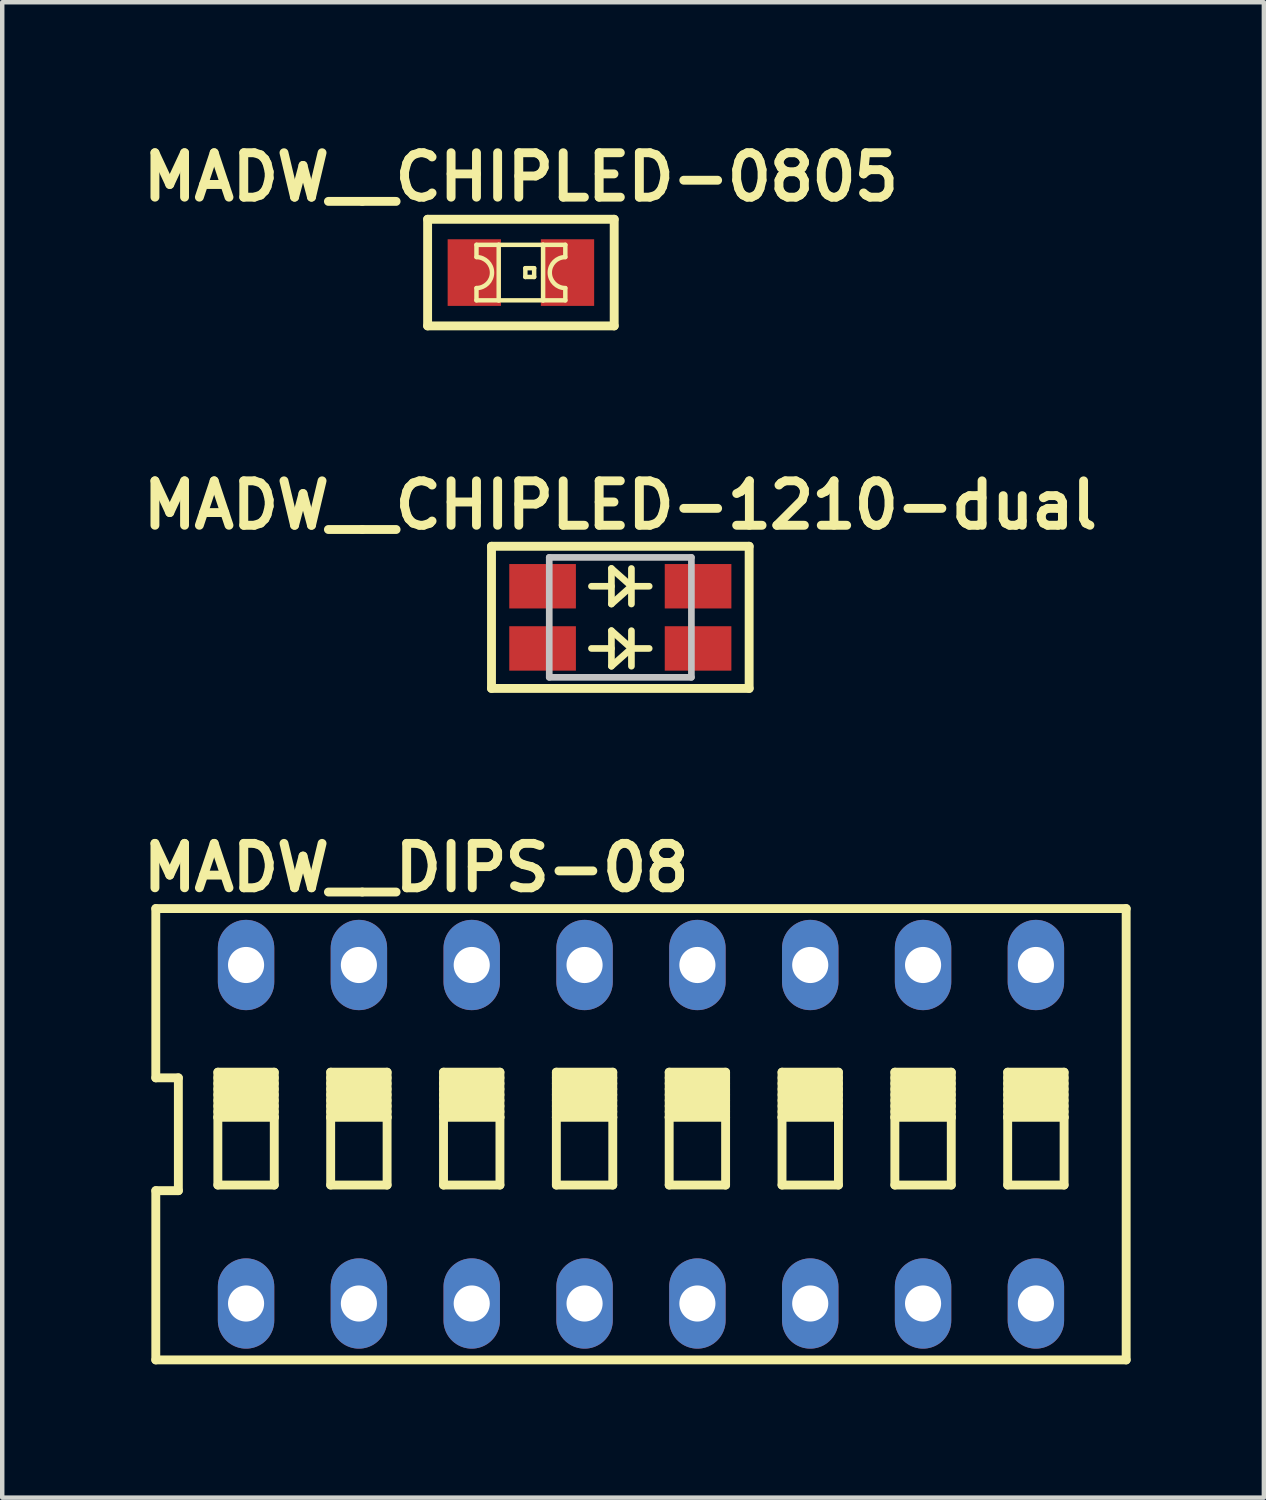
<source format=kicad_pcb>
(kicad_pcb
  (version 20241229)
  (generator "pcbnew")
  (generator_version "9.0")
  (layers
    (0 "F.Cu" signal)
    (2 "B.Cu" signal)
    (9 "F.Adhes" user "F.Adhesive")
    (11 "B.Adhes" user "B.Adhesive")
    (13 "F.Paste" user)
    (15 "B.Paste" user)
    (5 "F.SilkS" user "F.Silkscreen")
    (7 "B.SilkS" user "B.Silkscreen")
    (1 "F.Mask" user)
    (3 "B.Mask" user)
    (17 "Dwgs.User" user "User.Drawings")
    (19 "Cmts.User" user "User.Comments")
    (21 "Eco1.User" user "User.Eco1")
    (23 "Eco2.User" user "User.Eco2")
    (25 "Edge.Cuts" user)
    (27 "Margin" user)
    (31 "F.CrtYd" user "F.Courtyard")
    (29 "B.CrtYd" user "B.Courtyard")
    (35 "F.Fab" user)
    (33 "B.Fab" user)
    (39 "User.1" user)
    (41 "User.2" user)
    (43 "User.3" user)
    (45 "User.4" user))
  (footprint "MADW__DIPS-08"
    (layer "F.Cu")
    (at 11.379 22.483)
    (property "Reference" "MADW__DIPS-08" (at -5.06 -6 0) (layer "F.SilkS") (effects (font (size 1 1) (thickness 0.2))))
    (attr through_hole)
    (fp_line (start -10.922 -5.08) (end -10.922 -1.27) (stroke (width 0.2) (type solid)) (layer "F.SilkS"))
    (fp_line (start -10.922 -5.08) (end 10.922 -5.08) (stroke (width 0.2) (type solid)) (layer "F.SilkS"))
    (fp_line (start -10.922 -1.27) (end -10.414 -1.27) (stroke (width 0.2) (type solid)) (layer "F.SilkS"))
    (fp_line (start -10.922 1.27) (end -10.922 5.08) (stroke (width 0.2) (type solid)) (layer "F.SilkS"))
    (fp_line (start -10.414 -1.27) (end -10.414 1.27) (stroke (width 0.2) (type solid)) (layer "F.SilkS"))
    (fp_line (start -10.414 1.27) (end -10.922 1.27) (stroke (width 0.2) (type solid)) (layer "F.SilkS"))
    (fp_line (start -9.525 -1.397) (end -9.525 -0.381) (stroke (width 0.2) (type solid)) (layer "F.SilkS"))
    (fp_line (start -9.525 -1.397) (end -8.255 -1.397) (stroke (width 0.2) (type solid)) (layer "F.SilkS"))
    (fp_line (start -9.525 -1.27) (end -8.255 -1.27) (stroke (width 0.2) (type solid)) (layer "F.SilkS"))
    (fp_line (start -9.525 -1.143) (end -8.255 -1.143) (stroke (width 0.2) (type solid)) (layer "F.SilkS"))
    (fp_line (start -9.525 -1.016) (end -8.255 -1.016) (stroke (width 0.2) (type solid)) (layer "F.SilkS"))
    (fp_line (start -9.525 -0.889) (end -8.255 -0.889) (stroke (width 0.2) (type solid)) (layer "F.SilkS"))
    (fp_line (start -9.525 -0.762) (end -8.255 -0.762) (stroke (width 0.2) (type solid)) (layer "F.SilkS"))
    (fp_line (start -9.525 -0.635) (end -8.255 -0.635) (stroke (width 0.2) (type solid)) (layer "F.SilkS"))
    (fp_line (start -9.525 -0.508) (end -8.255 -0.508) (stroke (width 0.2) (type solid)) (layer "F.SilkS"))
    (fp_line (start -9.525 -0.381) (end -9.525 1.143) (stroke (width 0.2) (type solid)) (layer "F.SilkS"))
    (fp_line (start -9.525 -0.381) (end -8.255 -0.381) (stroke (width 0.2) (type solid)) (layer "F.SilkS"))
    (fp_line (start -9.525 1.143) (end -8.255 1.143) (stroke (width 0.2) (type solid)) (layer "F.SilkS"))
    (fp_line (start -8.255 -0.381) (end -8.255 -1.397) (stroke (width 0.2) (type solid)) (layer "F.SilkS"))
    (fp_line (start -8.255 1.143) (end -8.255 -0.381) (stroke (width 0.2) (type solid)) (layer "F.SilkS"))
    (fp_line (start -6.985 -1.397) (end -6.985 -0.381) (stroke (width 0.2) (type solid)) (layer "F.SilkS"))
    (fp_line (start -6.985 -1.397) (end -5.715 -1.397) (stroke (width 0.2) (type solid)) (layer "F.SilkS"))
    (fp_line (start -6.985 -1.27) (end -5.715 -1.27) (stroke (width 0.2) (type solid)) (layer "F.SilkS"))
    (fp_line (start -6.985 -1.143) (end -5.715 -1.143) (stroke (width 0.2) (type solid)) (layer "F.SilkS"))
    (fp_line (start -6.985 -1.016) (end -5.715 -1.016) (stroke (width 0.2) (type solid)) (layer "F.SilkS"))
    (fp_line (start -6.985 -0.889) (end -5.715 -0.889) (stroke (width 0.2) (type solid)) (layer "F.SilkS"))
    (fp_line (start -6.985 -0.762) (end -5.715 -0.762) (stroke (width 0.2) (type solid)) (layer "F.SilkS"))
    (fp_line (start -6.985 -0.635) (end -5.715 -0.635) (stroke (width 0.2) (type solid)) (layer "F.SilkS"))
    (fp_line (start -6.985 -0.508) (end -5.715 -0.508) (stroke (width 0.2) (type solid)) (layer "F.SilkS"))
    (fp_line (start -6.985 -0.381) (end -6.985 1.143) (stroke (width 0.2) (type solid)) (layer "F.SilkS"))
    (fp_line (start -6.985 -0.381) (end -5.715 -0.381) (stroke (width 0.2) (type solid)) (layer "F.SilkS"))
    (fp_line (start -6.985 1.143) (end -5.715 1.143) (stroke (width 0.2) (type solid)) (layer "F.SilkS"))
    (fp_line (start -5.715 -0.381) (end -5.715 -1.397) (stroke (width 0.2) (type solid)) (layer "F.SilkS"))
    (fp_line (start -5.715 1.143) (end -5.715 -0.381) (stroke (width 0.2) (type solid)) (layer "F.SilkS"))
    (fp_line (start -4.445 -1.397) (end -4.445 -0.381) (stroke (width 0.2) (type solid)) (layer "F.SilkS"))
    (fp_line (start -4.445 -1.397) (end -3.175 -1.397) (stroke (width 0.2) (type solid)) (layer "F.SilkS"))
    (fp_line (start -4.445 -1.27) (end -3.175 -1.27) (stroke (width 0.2) (type solid)) (layer "F.SilkS"))
    (fp_line (start -4.445 -1.143) (end -3.175 -1.143) (stroke (width 0.2) (type solid)) (layer "F.SilkS"))
    (fp_line (start -4.445 -1.016) (end -3.175 -1.016) (stroke (width 0.2) (type solid)) (layer "F.SilkS"))
    (fp_line (start -4.445 -0.889) (end -3.175 -0.889) (stroke (width 0.2) (type solid)) (layer "F.SilkS"))
    (fp_line (start -4.445 -0.762) (end -3.175 -0.762) (stroke (width 0.2) (type solid)) (layer "F.SilkS"))
    (fp_line (start -4.445 -0.635) (end -3.175 -0.635) (stroke (width 0.2) (type solid)) (layer "F.SilkS"))
    (fp_line (start -4.445 -0.508) (end -3.175 -0.508) (stroke (width 0.2) (type solid)) (layer "F.SilkS"))
    (fp_line (start -4.445 -0.381) (end -4.445 1.143) (stroke (width 0.2) (type solid)) (layer "F.SilkS"))
    (fp_line (start -4.445 -0.381) (end -3.175 -0.381) (stroke (width 0.2) (type solid)) (layer "F.SilkS"))
    (fp_line (start -4.445 1.143) (end -3.175 1.143) (stroke (width 0.2) (type solid)) (layer "F.SilkS"))
    (fp_line (start -3.175 -0.381) (end -3.175 -1.397) (stroke (width 0.2) (type solid)) (layer "F.SilkS"))
    (fp_line (start -3.175 1.143) (end -3.175 -0.381) (stroke (width 0.2) (type solid)) (layer "F.SilkS"))
    (fp_line (start -1.905 -1.397) (end -1.905 -0.381) (stroke (width 0.2) (type solid)) (layer "F.SilkS"))
    (fp_line (start -1.905 -1.397) (end -0.635 -1.397) (stroke (width 0.2) (type solid)) (layer "F.SilkS"))
    (fp_line (start -1.905 -1.27) (end -0.635 -1.27) (stroke (width 0.2) (type solid)) (layer "F.SilkS"))
    (fp_line (start -1.905 -1.143) (end -0.635 -1.143) (stroke (width 0.2) (type solid)) (layer "F.SilkS"))
    (fp_line (start -1.905 -1.016) (end -0.635 -1.016) (stroke (width 0.2) (type solid)) (layer "F.SilkS"))
    (fp_line (start -1.905 -0.889) (end -0.635 -0.889) (stroke (width 0.2) (type solid)) (layer "F.SilkS"))
    (fp_line (start -1.905 -0.762) (end -0.635 -0.762) (stroke (width 0.2) (type solid)) (layer "F.SilkS"))
    (fp_line (start -1.905 -0.635) (end -0.635 -0.635) (stroke (width 0.2) (type solid)) (layer "F.SilkS"))
    (fp_line (start -1.905 -0.508) (end -0.635 -0.508) (stroke (width 0.2) (type solid)) (layer "F.SilkS"))
    (fp_line (start -1.905 -0.381) (end -1.905 1.143) (stroke (width 0.2) (type solid)) (layer "F.SilkS"))
    (fp_line (start -1.905 -0.381) (end -0.635 -0.381) (stroke (width 0.2) (type solid)) (layer "F.SilkS"))
    (fp_line (start -1.905 1.143) (end -0.635 1.143) (stroke (width 0.2) (type solid)) (layer "F.SilkS"))
    (fp_line (start -0.635 -0.381) (end -0.635 -1.397) (stroke (width 0.2) (type solid)) (layer "F.SilkS"))
    (fp_line (start -0.635 1.143) (end -0.635 -0.381) (stroke (width 0.2) (type solid)) (layer "F.SilkS"))
    (fp_line (start 0.635 -1.397) (end 0.635 -0.381) (stroke (width 0.2) (type solid)) (layer "F.SilkS"))
    (fp_line (start 0.635 -1.397) (end 1.905 -1.397) (stroke (width 0.2) (type solid)) (layer "F.SilkS"))
    (fp_line (start 0.635 -1.27) (end 1.905 -1.27) (stroke (width 0.2) (type solid)) (layer "F.SilkS"))
    (fp_line (start 0.635 -1.143) (end 1.905 -1.143) (stroke (width 0.2) (type solid)) (layer "F.SilkS"))
    (fp_line (start 0.635 -1.016) (end 1.905 -1.016) (stroke (width 0.2) (type solid)) (layer "F.SilkS"))
    (fp_line (start 0.635 -0.889) (end 1.905 -0.889) (stroke (width 0.2) (type solid)) (layer "F.SilkS"))
    (fp_line (start 0.635 -0.762) (end 1.905 -0.762) (stroke (width 0.2) (type solid)) (layer "F.SilkS"))
    (fp_line (start 0.635 -0.635) (end 1.905 -0.635) (stroke (width 0.2) (type solid)) (layer "F.SilkS"))
    (fp_line (start 0.635 -0.508) (end 1.905 -0.508) (stroke (width 0.2) (type solid)) (layer "F.SilkS"))
    (fp_line (start 0.635 -0.381) (end 0.635 1.143) (stroke (width 0.2) (type solid)) (layer "F.SilkS"))
    (fp_line (start 0.635 -0.381) (end 1.905 -0.381) (stroke (width 0.2) (type solid)) (layer "F.SilkS"))
    (fp_line (start 0.635 1.143) (end 1.905 1.143) (stroke (width 0.2) (type solid)) (layer "F.SilkS"))
    (fp_line (start 1.905 -0.381) (end 1.905 -1.397) (stroke (width 0.2) (type solid)) (layer "F.SilkS"))
    (fp_line (start 1.905 1.143) (end 1.905 -0.381) (stroke (width 0.2) (type solid)) (layer "F.SilkS"))
    (fp_line (start 3.175 -1.397) (end 3.175 -0.381) (stroke (width 0.2) (type solid)) (layer "F.SilkS"))
    (fp_line (start 3.175 -1.397) (end 4.445 -1.397) (stroke (width 0.2) (type solid)) (layer "F.SilkS"))
    (fp_line (start 3.175 -1.27) (end 4.445 -1.27) (stroke (width 0.2) (type solid)) (layer "F.SilkS"))
    (fp_line (start 3.175 -1.143) (end 4.445 -1.143) (stroke (width 0.2) (type solid)) (layer "F.SilkS"))
    (fp_line (start 3.175 -1.016) (end 4.445 -1.016) (stroke (width 0.2) (type solid)) (layer "F.SilkS"))
    (fp_line (start 3.175 -0.889) (end 4.445 -0.889) (stroke (width 0.2) (type solid)) (layer "F.SilkS"))
    (fp_line (start 3.175 -0.762) (end 4.445 -0.762) (stroke (width 0.2) (type solid)) (layer "F.SilkS"))
    (fp_line (start 3.175 -0.635) (end 4.445 -0.635) (stroke (width 0.2) (type solid)) (layer "F.SilkS"))
    (fp_line (start 3.175 -0.508) (end 4.445 -0.508) (stroke (width 0.2) (type solid)) (layer "F.SilkS"))
    (fp_line (start 3.175 -0.381) (end 3.175 1.143) (stroke (width 0.2) (type solid)) (layer "F.SilkS"))
    (fp_line (start 3.175 -0.381) (end 4.445 -0.381) (stroke (width 0.2) (type solid)) (layer "F.SilkS"))
    (fp_line (start 3.175 1.143) (end 4.445 1.143) (stroke (width 0.2) (type solid)) (layer "F.SilkS"))
    (fp_line (start 4.445 -0.381) (end 4.445 -1.397) (stroke (width 0.2) (type solid)) (layer "F.SilkS"))
    (fp_line (start 4.445 1.143) (end 4.445 -0.381) (stroke (width 0.2) (type solid)) (layer "F.SilkS"))
    (fp_line (start 5.715 -1.397) (end 5.715 -0.381) (stroke (width 0.2) (type solid)) (layer "F.SilkS"))
    (fp_line (start 5.715 -1.397) (end 6.985 -1.397) (stroke (width 0.2) (type solid)) (layer "F.SilkS"))
    (fp_line (start 5.715 -1.27) (end 6.985 -1.27) (stroke (width 0.2) (type solid)) (layer "F.SilkS"))
    (fp_line (start 5.715 -1.143) (end 6.985 -1.143) (stroke (width 0.2) (type solid)) (layer "F.SilkS"))
    (fp_line (start 5.715 -1.016) (end 6.985 -1.016) (stroke (width 0.2) (type solid)) (layer "F.SilkS"))
    (fp_line (start 5.715 -0.889) (end 6.985 -0.889) (stroke (width 0.2) (type solid)) (layer "F.SilkS"))
    (fp_line (start 5.715 -0.762) (end 6.985 -0.762) (stroke (width 0.2) (type solid)) (layer "F.SilkS"))
    (fp_line (start 5.715 -0.635) (end 6.985 -0.635) (stroke (width 0.2) (type solid)) (layer "F.SilkS"))
    (fp_line (start 5.715 -0.508) (end 6.985 -0.508) (stroke (width 0.2) (type solid)) (layer "F.SilkS"))
    (fp_line (start 5.715 -0.381) (end 5.715 1.143) (stroke (width 0.2) (type solid)) (layer "F.SilkS"))
    (fp_line (start 5.715 -0.381) (end 6.985 -0.381) (stroke (width 0.2) (type solid)) (layer "F.SilkS"))
    (fp_line (start 5.715 1.143) (end 6.985 1.143) (stroke (width 0.2) (type solid)) (layer "F.SilkS"))
    (fp_line (start 6.985 -0.381) (end 6.985 -1.397) (stroke (width 0.2) (type solid)) (layer "F.SilkS"))
    (fp_line (start 6.985 1.143) (end 6.985 -0.381) (stroke (width 0.2) (type solid)) (layer "F.SilkS"))
    (fp_line (start 8.255 -1.397) (end 8.255 -0.381) (stroke (width 0.2) (type solid)) (layer "F.SilkS"))
    (fp_line (start 8.255 -1.397) (end 9.525 -1.397) (stroke (width 0.2) (type solid)) (layer "F.SilkS"))
    (fp_line (start 8.255 -1.27) (end 9.525 -1.27) (stroke (width 0.2) (type solid)) (layer "F.SilkS"))
    (fp_line (start 8.255 -1.143) (end 9.525 -1.143) (stroke (width 0.2) (type solid)) (layer "F.SilkS"))
    (fp_line (start 8.255 -1.016) (end 9.525 -1.016) (stroke (width 0.2) (type solid)) (layer "F.SilkS"))
    (fp_line (start 8.255 -0.889) (end 9.525 -0.889) (stroke (width 0.2) (type solid)) (layer "F.SilkS"))
    (fp_line (start 8.255 -0.762) (end 9.525 -0.762) (stroke (width 0.2) (type solid)) (layer "F.SilkS"))
    (fp_line (start 8.255 -0.635) (end 9.525 -0.635) (stroke (width 0.2) (type solid)) (layer "F.SilkS"))
    (fp_line (start 8.255 -0.508) (end 9.525 -0.508) (stroke (width 0.2) (type solid)) (layer "F.SilkS"))
    (fp_line (start 8.255 -0.381) (end 8.255 1.143) (stroke (width 0.2) (type solid)) (layer "F.SilkS"))
    (fp_line (start 8.255 -0.381) (end 9.525 -0.381) (stroke (width 0.2) (type solid)) (layer "F.SilkS"))
    (fp_line (start 8.255 1.143) (end 9.525 1.143) (stroke (width 0.2) (type solid)) (layer "F.SilkS"))
    (fp_line (start 9.525 -0.381) (end 9.525 -1.397) (stroke (width 0.2) (type solid)) (layer "F.SilkS"))
    (fp_line (start 9.525 1.143) (end 9.525 -0.381) (stroke (width 0.2) (type solid)) (layer "F.SilkS"))
    (fp_line (start 10.922 -5.08) (end 10.922 5.08) (stroke (width 0.2) (type solid)) (layer "F.SilkS"))
    (fp_line (start 10.922 5.08) (end -10.922 5.08) (stroke (width 0.2) (type solid)) (layer "F.SilkS"))
    (pad "1" thru_hole oval (at -8.89 3.81) (size 1.27 2.032) (drill 0.813) (layers "*.Cu" "*.Mask"))
    (pad "2" thru_hole oval (at -6.35 3.81) (size 1.27 2.032) (drill 0.813) (layers "*.Cu" "*.Mask"))
    (pad "3" thru_hole oval (at -3.81 3.81) (size 1.27 2.032) (drill 0.813) (layers "*.Cu" "*.Mask"))
    (pad "4" thru_hole oval (at -1.27 3.81) (size 1.27 2.032) (drill 0.813) (layers "*.Cu" "*.Mask"))
    (pad "5" thru_hole oval (at 1.27 3.81) (size 1.27 2.032) (drill 0.813) (layers "*.Cu" "*.Mask"))
    (pad "6" thru_hole oval (at 3.81 3.81) (size 1.27 2.032) (drill 0.813) (layers "*.Cu" "*.Mask"))
    (pad "7" thru_hole oval (at 6.35 3.81) (size 1.27 2.032) (drill 0.813) (layers "*.Cu" "*.Mask"))
    (pad "8" thru_hole oval (at 8.89 3.81) (size 1.27 2.032) (drill 0.813) (layers "*.Cu" "*.Mask"))
    (pad "9" thru_hole oval (at 8.89 -3.81) (size 1.27 2.032) (drill 0.813) (layers "*.Cu" "*.Mask"))
    (pad "10" thru_hole oval (at 6.35 -3.81) (size 1.27 2.032) (drill 0.813) (layers "*.Cu" "*.Mask"))
    (pad "11" thru_hole oval (at 3.81 -3.81) (size 1.27 2.032) (drill 0.813) (layers "*.Cu" "*.Mask"))
    (pad "12" thru_hole oval (at 1.27 -3.81) (size 1.27 2.032) (drill 0.813) (layers "*.Cu" "*.Mask"))
    (pad "13" thru_hole oval (at -1.27 -3.81) (size 1.27 2.032) (drill 0.813) (layers "*.Cu" "*.Mask"))
    (pad "14" thru_hole oval (at -3.81 -3.81) (size 1.27 2.032) (drill 0.813) (layers "*.Cu" "*.Mask"))
    (pad "15" thru_hole oval (at -6.35 -3.81) (size 1.27 2.032) (drill 0.813) (layers "*.Cu" "*.Mask"))
    (pad "16" thru_hole oval (at -8.89 -3.81) (size 1.27 2.032) (drill 0.813) (layers "*.Cu" "*.Mask")))
  (footprint "MADW__CHIPLED-0805"
    (layer "F.Cu")
    (at 8.676 3.086)
    (property "Reference" "MADW__CHIPLED-0805" (at 0 -2.15 0) (layer "F.SilkS") (effects (font (size 1 1) (thickness 0.2))))
    (attr smd)
    (fp_line (start -2.1 -1.2) (end 2.1 -1.2) (stroke (width 0.2) (type solid)) (layer "F.SilkS"))
    (fp_line (start -2.1 1.2) (end -2.1 -1.2) (stroke (width 0.2) (type solid)) (layer "F.SilkS"))
    (fp_line (start -1 -0.625) (end -1 -0.35) (stroke (width 0.1) (type solid)) (layer "F.SilkS"))
    (fp_line (start -1 -0.625) (end -0.5 -0.625) (stroke (width 0.1) (type solid)) (layer "F.SilkS"))
    (fp_line (start -1 0.625) (end -1 0.35) (stroke (width 0.1) (type solid)) (layer "F.SilkS"))
    (fp_line (start -1 0.625) (end -0.5 0.625) (stroke (width 0.1) (type solid)) (layer "F.SilkS"))
    (fp_line (start -0.5 -0.625) (end -0.5 0.625) (stroke (width 0.1) (type solid)) (layer "F.SilkS"))
    (fp_line (start -0.5 -0.625) (end 0.5 -0.625) (stroke (width 0.1) (type solid)) (layer "F.SilkS"))
    (fp_line (start -0.5 0.625) (end 0.5 0.625) (stroke (width 0.1) (type solid)) (layer "F.SilkS"))
    (fp_line (start 0.1 -0.099) (end 0.1 0.099) (stroke (width 0.1) (type solid)) (layer "F.SilkS"))
    (fp_line (start 0.1 -0.099) (end 0.298 -0.099) (stroke (width 0.1) (type solid)) (layer "F.SilkS"))
    (fp_line (start 0.1 0.099) (end 0.298 0.099) (stroke (width 0.1) (type solid)) (layer "F.SilkS"))
    (fp_line (start 0.298 -0.099) (end 0.298 0.099) (stroke (width 0.1) (type solid)) (layer "F.SilkS"))
    (fp_line (start 0.5 -0.625) (end 1 -0.625) (stroke (width 0.1) (type solid)) (layer "F.SilkS"))
    (fp_line (start 0.5 0.625) (end 0.5 -0.625) (stroke (width 0.1) (type solid)) (layer "F.SilkS"))
    (fp_line (start 1 -0.625) (end 1 -0.35) (stroke (width 0.1) (type solid)) (layer "F.SilkS"))
    (fp_line (start 1 0.35) (end 1 0.625) (stroke (width 0.1) (type solid)) (layer "F.SilkS"))
    (fp_line (start 1 0.625) (end 0.5 0.625) (stroke (width 0.1) (type solid)) (layer "F.SilkS"))
    (fp_line (start 2.1 -1.2) (end 2.1 1.2) (stroke (width 0.2) (type solid)) (layer "F.SilkS"))
    (fp_line (start 2.1 1.2) (end -2.1 1.2) (stroke (width 0.2) (type solid)) (layer "F.SilkS"))
    (fp_arc (start -0.99822 -0.34798) (mid -0.65024 0) (end -0.99822 0.34798) (stroke (width 0.1) (type solid)) (layer "F.SilkS"))
    (fp_arc (start 0.99822 0.34798) (mid 0.65024 0) (end 0.99822 -0.34798) (stroke (width 0.1) (type solid)) (layer "F.SilkS"))
    (pad "1" smd rect (at -1.049 0) (size 1.2 1.5) (layers "F.Cu" "F.Mask" "F.Paste"))
    (pad "2" smd rect (at 1.049 0) (size 1.2 1.5) (layers "F.Cu" "F.Mask" "F.Paste")))
  (footprint "MADW__CHIPLED-1210-dual"
    (layer "F.Cu")
    (at 10.914 10.847)
    (property "Reference" "MADW__CHIPLED-1210-dual" (at 0 -2.525 0) (layer "F.SilkS") (effects (font (size 1 1) (thickness 0.2))))
    (attr through_hole)
    (fp_line (start -2.9 -1.6) (end 2.9 -1.6) (stroke (width 0.2) (type solid)) (layer "F.SilkS"))
    (fp_line (start -2.9 1.6) (end -2.9 -1.6) (stroke (width 0.2) (type solid)) (layer "F.SilkS"))
    (fp_line (start -0.2 -1.1) (end -0.2 -0.3) (stroke (width 0.15) (type solid)) (layer "F.SilkS"))
    (fp_line (start -0.2 -0.7) (end -0.65 -0.7) (stroke (width 0.15) (type solid)) (layer "F.SilkS"))
    (fp_line (start -0.2 -0.3) (end 0.25 -0.7) (stroke (width 0.15) (type solid)) (layer "F.SilkS"))
    (fp_line (start -0.2 0.3) (end -0.2 1.1) (stroke (width 0.15) (type solid)) (layer "F.SilkS"))
    (fp_line (start -0.2 0.7) (end -0.65 0.7) (stroke (width 0.15) (type solid)) (layer "F.SilkS"))
    (fp_line (start -0.2 1.1) (end 0.25 0.7) (stroke (width 0.15) (type solid)) (layer "F.SilkS"))
    (fp_line (start 0.25 -1.1) (end 0.25 -0.3) (stroke (width 0.15) (type solid)) (layer "F.SilkS"))
    (fp_line (start 0.25 -0.7) (end -0.2 -1.1) (stroke (width 0.15) (type solid)) (layer "F.SilkS"))
    (fp_line (start 0.25 -0.7) (end 0.65 -0.7) (stroke (width 0.15) (type solid)) (layer "F.SilkS"))
    (fp_line (start 0.25 0.3) (end 0.25 1.1) (stroke (width 0.15) (type solid)) (layer "F.SilkS"))
    (fp_line (start 0.25 0.7) (end -0.2 0.3) (stroke (width 0.15) (type solid)) (layer "F.SilkS"))
    (fp_line (start 0.25 0.7) (end 0.65 0.7) (stroke (width 0.15) (type solid)) (layer "F.SilkS"))
    (fp_line (start 2.9 -1.6) (end 2.9 1.6) (stroke (width 0.2) (type solid)) (layer "F.SilkS"))
    (fp_line (start 2.9 1.6) (end -2.9 1.6) (stroke (width 0.2) (type solid)) (layer "F.SilkS"))
    (fp_line (start -1.6 -1.35) (end 1.6 -1.35) (stroke (width 0.15) (type solid)) (layer "Dwgs.User"))
    (fp_line (start -1.6 1.35) (end -1.6 -1.35) (stroke (width 0.15) (type solid)) (layer "Dwgs.User"))
    (fp_line (start 1.6 -1.35) (end 1.6 1.35) (stroke (width 0.15) (type solid)) (layer "Dwgs.User"))
    (fp_line (start 1.6 1.35) (end -1.6 1.35) (stroke (width 0.15) (type solid)) (layer "Dwgs.User"))
    (pad "1" smd rect (at -1.75 -0.7) (size 1.5 1) (layers "F.Cu" "F.Mask" "F.Paste"))
    (pad "2" smd rect (at -1.75 0.7) (size 1.5 1) (layers "F.Cu" "F.Mask" "F.Paste"))
    (pad "3" smd rect (at 1.75 -0.7) (size 1.5 1) (layers "F.Cu" "F.Mask" "F.Paste"))
    (pad "4" smd rect (at 1.75 0.7) (size 1.5 1) (layers "F.Cu" "F.Mask" "F.Paste")))
  (gr_rect
    (start -3 -3)
    (end 25.401 30.663)
    (stroke (width 0.1) (type default))
    (fill no)
    (layer "Edge.Cuts")))
</source>
